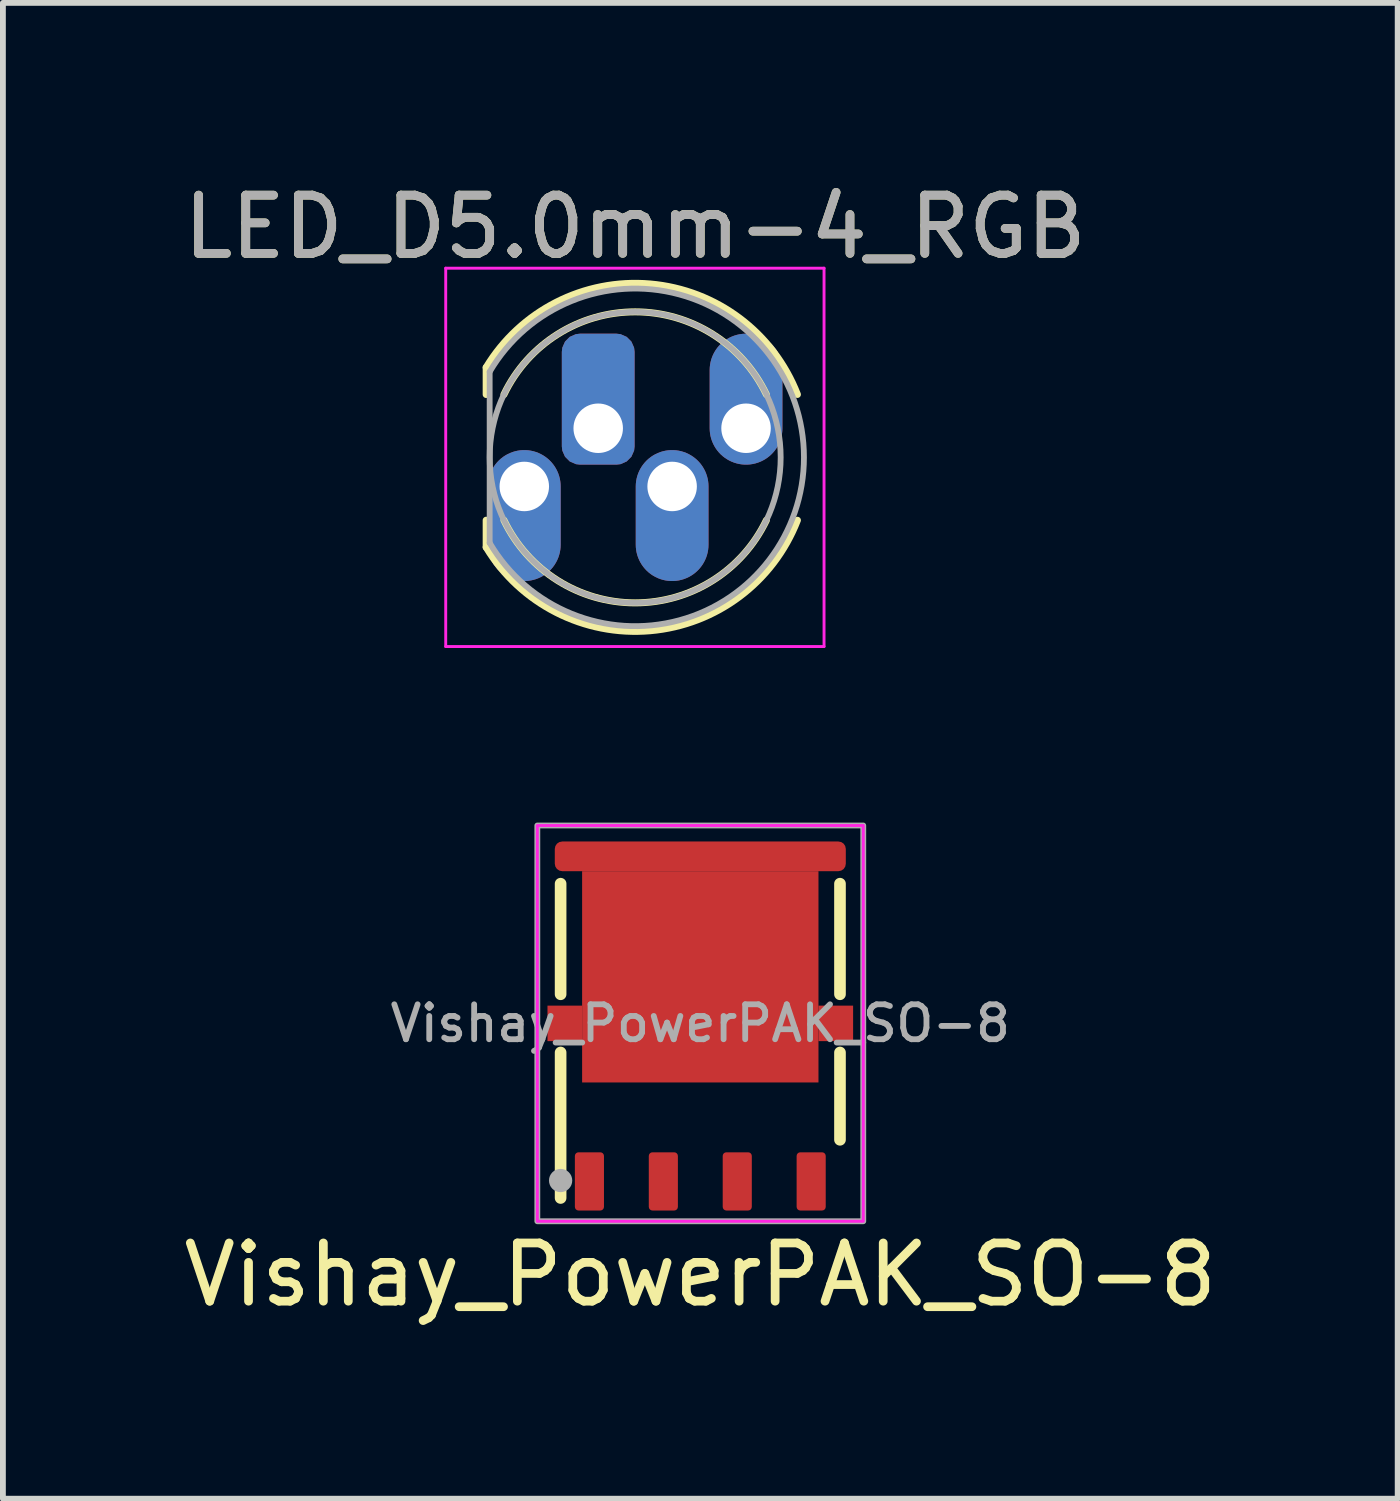
<source format=kicad_pcb>
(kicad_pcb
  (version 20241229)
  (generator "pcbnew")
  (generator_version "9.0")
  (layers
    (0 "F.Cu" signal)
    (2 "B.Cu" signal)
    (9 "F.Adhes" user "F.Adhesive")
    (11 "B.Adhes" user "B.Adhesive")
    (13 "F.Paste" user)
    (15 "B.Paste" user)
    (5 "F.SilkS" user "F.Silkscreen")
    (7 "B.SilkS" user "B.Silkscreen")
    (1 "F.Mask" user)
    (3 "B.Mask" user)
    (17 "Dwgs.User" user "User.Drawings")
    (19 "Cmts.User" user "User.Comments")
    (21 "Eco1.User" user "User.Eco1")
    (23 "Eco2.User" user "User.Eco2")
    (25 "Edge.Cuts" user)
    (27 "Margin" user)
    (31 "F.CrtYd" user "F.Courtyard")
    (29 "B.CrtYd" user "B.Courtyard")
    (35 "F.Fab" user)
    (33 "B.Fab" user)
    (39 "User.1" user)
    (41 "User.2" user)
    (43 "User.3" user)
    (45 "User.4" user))
  (footprint "Vishay_PowerPAK_SO-8"
    (layer "F.Cu")
    (at 8.982 14.533)
    (property "Reference" "Vishay_PowerPAK_SO-8" (at 0 4.318 0) (layer "F.SilkS") (effects (font (size 1 1) (thickness 0.15))))
    (attr through_hole)
    (fp_line (start -2.4 -2.4) (end -2.4 -0.5) (stroke (width 0.2) (type default)) (layer "F.SilkS"))
    (fp_line (start -2.4 0.5) (end -2.4 3) (stroke (width 0.2) (type default)) (layer "F.SilkS"))
    (fp_line (start 2.4 -2.4) (end 2.4 -0.5) (stroke (width 0.2) (type default)) (layer "F.SilkS"))
    (fp_line (start 2.4 0.5) (end 2.4 2) (stroke (width 0.2) (type default)) (layer "F.SilkS"))
    (fp_rect (start -2.8 -3.4) (end 2.8 3.4) (stroke (width 0.05) (type default)) (fill no) (layer "F.CrtYd"))
    (fp_rect (start -2.8 -3.4) (end 2.8 3.4) (stroke (width 0.1) (type default)) (fill no) (layer "F.Fab"))
    (fp_circle (center -2.4 2.7) (end -2.3 2.7) (stroke (width 0.2) (type default)) (fill no) (layer "F.Fab"))
    (fp_text user "${REFERENCE}" (at 0 0 0) (layer "F.Fab") (effects (font (size 0.6 0.6) (thickness 0.1) (bold yes))))
    (pad "1" smd roundrect (at -1.905 2.715) (size 0.5 1) (layers "F.Cu" "F.Mask" "F.Paste") (roundrect_rratio 0.125))
    (pad "1" smd roundrect (at -0.635 2.715) (size 0.5 1) (layers "F.Cu" "F.Mask" "F.Paste") (roundrect_rratio 0.125))
    (pad "1" smd roundrect (at 0.635 2.715) (size 0.5 1) (layers "F.Cu" "F.Mask" "F.Paste") (roundrect_rratio 0.125))
    (pad "2" smd rect (at -2.328 0) (size 0.595 0.61) (layers "F.Cu" "F.Mask" "F.Paste"))
    (pad "2" smd roundrect (at 0 -2.87) (size 5 0.51) (layers "F.Cu" "F.Mask" "F.Paste") (roundrect_rratio 0.25))
    (pad "2" smd rect (at 0 -0.8) (size 4.061 3.63) (layers "F.Cu" "F.Mask" "F.Paste"))
    (pad "2" smd rect (at 2.328 0) (size 0.595 0.61) (layers "F.Cu" "F.Mask" "F.Paste"))
    (pad "3" smd roundrect (at 1.905 2.715) (size 0.5 1) (layers "F.Cu" "F.Mask" "F.Paste") (roundrect_rratio 0.125)))
  (footprint "LED_D5.0mm-4_RGB"
    (layer "F.Cu")
    (at 5.958 4.808)
    (property "Reference" "LED_D5.0mm-4_RGB" (at 1.905 -3.96 0) (layer "F.SilkS") (effects (font (size 1 1) (thickness 0.15))))
    (attr through_hole)
    (fp_line (start -0.655 -1.545) (end -0.655 -1.08) (stroke (width 0.12) (type solid)) (layer "F.SilkS"))
    (fp_line (start -0.655 1.08) (end -0.655 1.545) (stroke (width 0.12) (type solid)) (layer "F.SilkS"))
    (fp_arc (start -0.655 -1.54483) (mid 2.163456 -2.978809) (end 4.692815 -1.080827) (stroke (width 0.12) (type solid)) (layer "F.SilkS"))
    (fp_arc (start -0.349684 -1.08) (mid 1.904762 -2.5) (end 4.159479 -1.080429) (stroke (width 0.12) (type solid)) (layer "F.SilkS"))
    (fp_arc (start 4.159479 1.080429) (mid 1.904762 2.5) (end -0.349684 1.08) (stroke (width 0.12) (type solid)) (layer "F.SilkS"))
    (fp_arc (start 4.692815 1.080827) (mid 2.163456 2.978808) (end -0.655 1.54483) (stroke (width 0.12) (type solid)) (layer "F.SilkS"))
    (fp_line (start -1.35 -3.25) (end -1.35 3.25) (stroke (width 0.05) (type solid)) (layer "F.CrtYd"))
    (fp_line (start -1.35 3.25) (end 5.15 3.25) (stroke (width 0.05) (type solid)) (layer "F.CrtYd"))
    (fp_line (start 5.15 -3.25) (end -1.35 -3.25) (stroke (width 0.05) (type solid)) (layer "F.CrtYd"))
    (fp_line (start 5.15 3.25) (end 5.15 -3.25) (stroke (width 0.05) (type solid)) (layer "F.CrtYd"))
    (fp_line (start -0.595 -1.47) (end -0.595 1.47) (stroke (width 0.1) (type solid)) (layer "F.Fab"))
    (fp_arc (start -0.595 -1.469694) (mid 4.805 0.000016) (end -0.595016 1.469666) (stroke (width 0.1) (type solid)) (layer "F.Fab"))
    (fp_circle (center 1.905 0) (end 4.405 0) (stroke (width 0.1) (type solid)) (fill no) (layer "F.Fab"))
    (fp_text user "${REFERENCE}" (at 1.905 -3.96 0) (layer "F.Fab") (effects (font (size 1 1) (thickness 0.15))))
    (pad "1" thru_hole oval (at 0 0.5) (size 1.25 2.25) (drill 0.85 (offset 0 0.5)) (layers "*.Cu" "*.Mask"))
    (pad "2" thru_hole roundrect (at 1.27 -0.5) (size 1.25 2.25) (drill 0.85 (offset 0 -0.5)) (layers "*.Cu" "*.Mask") (roundrect_rratio 0.25))
    (pad "3" thru_hole oval (at 2.54 0.5) (size 1.25 2.25) (drill 0.85 (offset 0 0.5)) (layers "*.Cu" "*.Mask"))
    (pad "4" thru_hole oval (at 3.81 -0.5) (size 1.25 2.25) (drill 0.85 (offset 0 -0.5)) (layers "*.Cu" "*.Mask")))
  (gr_rect
    (start -3 -3)
    (end 20.964 22.7)
    (stroke (width 0.1) (type default))
    (fill no)
    (layer "Edge.Cuts")))
</source>
